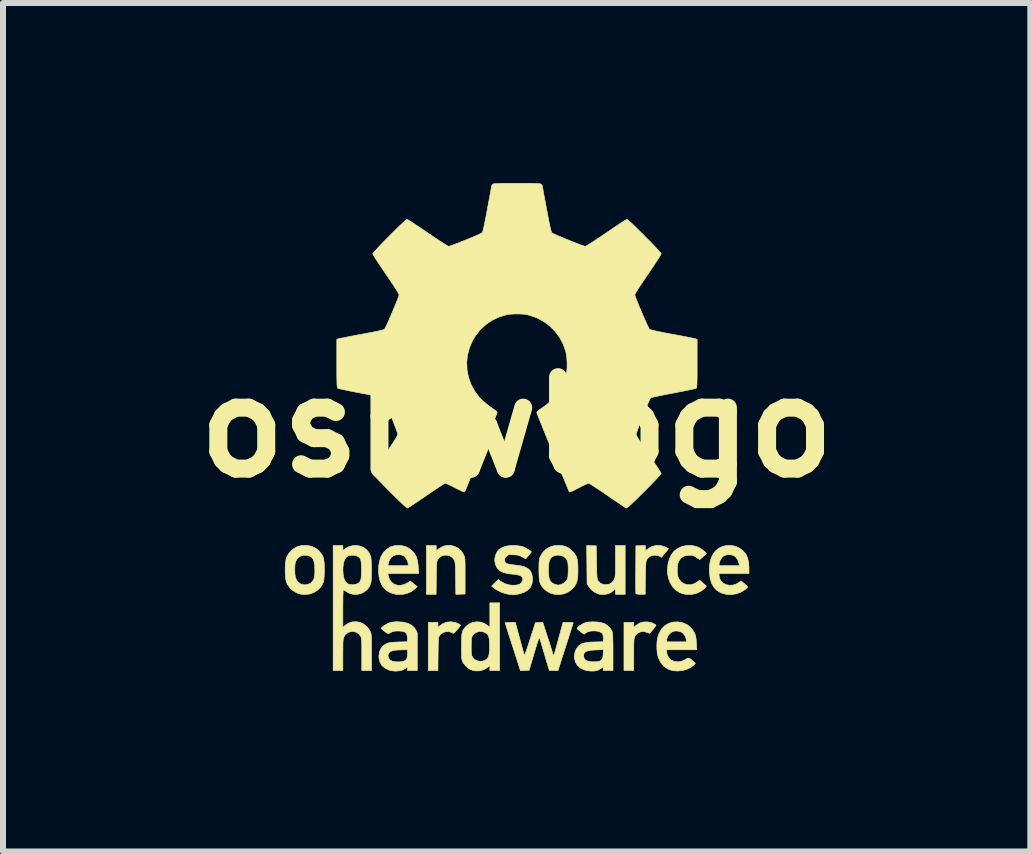
<source format=kicad_pcb>
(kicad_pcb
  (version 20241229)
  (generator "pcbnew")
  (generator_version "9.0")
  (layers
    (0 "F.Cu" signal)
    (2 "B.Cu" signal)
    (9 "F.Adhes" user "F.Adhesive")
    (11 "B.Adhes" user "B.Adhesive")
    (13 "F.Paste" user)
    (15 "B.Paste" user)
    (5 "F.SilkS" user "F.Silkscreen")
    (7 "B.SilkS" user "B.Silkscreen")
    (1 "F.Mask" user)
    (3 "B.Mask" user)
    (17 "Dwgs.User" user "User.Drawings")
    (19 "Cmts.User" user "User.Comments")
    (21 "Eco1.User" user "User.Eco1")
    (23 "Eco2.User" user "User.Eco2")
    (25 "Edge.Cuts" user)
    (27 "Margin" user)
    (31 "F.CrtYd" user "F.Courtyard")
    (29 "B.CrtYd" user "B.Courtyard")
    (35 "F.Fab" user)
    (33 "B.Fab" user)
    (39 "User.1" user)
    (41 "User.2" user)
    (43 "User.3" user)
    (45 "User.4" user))
  (footprint "oshwlogo"
    (layer "F.Cu")
    (at 5.559 4.069)
    (property "Reference" "oshwlogo" (at 0 0 0) (layer "F.SilkS") (effects (font (size 1.524 1.524) (thickness 0.3))))
    (attr through_hole)
    (fp_poly (pts (xy 2.249 3.257) (xy 2.314 3.289) (xy 2.316 3.291) (xy 2.32 3.298) (xy 2.316 3.312) (xy 2.3 3.334) (xy 2.275 3.365) (xy 2.25 3.395) (xy 2.23 3.418) (xy 2.219 3.432) (xy 2.218 3.433) (xy 2.208 3.432) (xy 2.186 3.424) (xy 2.179 3.421) (xy 2.126 3.405) (xy 2.073 3.407) (xy 2.025 3.425) (xy 1.986 3.458) (xy 1.969 3.485) (xy 1.963 3.498) (xy 1.959 3.514) (xy 1.956 3.536) (xy 1.953 3.567) (xy 1.952 3.608) (xy 1.951 3.663) (xy 1.951 3.735) (xy 1.951 3.787) (xy 1.951 4.054) (xy 1.788 4.054) (xy 1.788 3.251) (xy 1.951 3.251) (xy 1.951 3.334) (xy 1.992 3.299) (xy 2.048 3.263) (xy 2.113 3.245) (xy 2.181 3.243) (xy 2.249 3.257)) (stroke (width 0.01) (type solid)) (fill yes) (layer "F.SilkS"))
    (fp_poly (pts (xy -1.028 3.251) (xy -0.988 3.266) (xy -0.959 3.281) (xy -0.94 3.292) (xy -0.935 3.298) (xy -0.941 3.31) (xy -0.957 3.332) (xy -0.979 3.36) (xy -1.004 3.388) (xy -1.026 3.413) (xy -1.044 3.429) (xy -1.051 3.434) (xy -1.067 3.429) (xy -1.087 3.419) (xy -1.131 3.405) (xy -1.18 3.406) (xy -1.227 3.422) (xy -1.267 3.45) (xy -1.281 3.466) (xy -1.288 3.477) (xy -1.294 3.487) (xy -1.298 3.501) (xy -1.302 3.52) (xy -1.304 3.547) (xy -1.306 3.584) (xy -1.307 3.635) (xy -1.308 3.7) (xy -1.309 3.777) (xy -1.312 4.054) (xy -1.473 4.054) (xy -1.473 3.251) (xy -1.311 3.251) (xy -1.311 3.336) (xy -1.283 3.31) (xy -1.228 3.271) (xy -1.165 3.248) (xy -1.097 3.241) (xy -1.028 3.251)) (stroke (width 0.01) (type solid)) (fill yes) (layer "F.SilkS"))
    (fp_poly (pts (xy 1.247 1.973) (xy 1.326 1.976) (xy 1.331 2.25) (xy 1.333 2.334) (xy 1.334 2.399) (xy 1.336 2.449) (xy 1.338 2.486) (xy 1.341 2.513) (xy 1.345 2.532) (xy 1.35 2.546) (xy 1.355 2.556) (xy 1.39 2.595) (xy 1.437 2.618) (xy 1.483 2.624) (xy 1.539 2.617) (xy 1.584 2.591) (xy 1.618 2.549) (xy 1.623 2.54) (xy 1.63 2.526) (xy 1.635 2.511) (xy 1.639 2.493) (xy 1.642 2.47) (xy 1.644 2.439) (xy 1.645 2.397) (xy 1.646 2.341) (xy 1.646 2.268) (xy 1.646 2.233) (xy 1.646 1.971) (xy 1.808 1.971) (xy 1.808 2.784) (xy 1.646 2.784) (xy 1.646 2.743) (xy 1.644 2.714) (xy 1.636 2.704) (xy 1.621 2.712) (xy 1.609 2.724) (xy 1.572 2.754) (xy 1.521 2.775) (xy 1.463 2.786) (xy 1.404 2.786) (xy 1.368 2.78) (xy 1.301 2.751) (xy 1.243 2.706) (xy 1.204 2.657) (xy 1.173 2.608) (xy 1.17 2.289) (xy 1.167 1.97) (xy 1.247 1.973)) (stroke (width 0.01) (type solid)) (fill yes) (layer "F.SilkS"))
    (fp_poly (pts (xy 2.395 1.971) (xy 2.465 1.99) (xy 2.487 2) (xy 2.531 2.023) (xy 2.501 2.06) (xy 2.474 2.093) (xy 2.446 2.126) (xy 2.441 2.133) (xy 2.411 2.168) (xy 2.383 2.15) (xy 2.345 2.135) (xy 2.299 2.132) (xy 2.253 2.138) (xy 2.223 2.151) (xy 2.195 2.173) (xy 2.171 2.202) (xy 2.17 2.205) (xy 2.163 2.217) (xy 2.158 2.231) (xy 2.155 2.248) (xy 2.152 2.273) (xy 2.15 2.307) (xy 2.148 2.354) (xy 2.147 2.414) (xy 2.146 2.492) (xy 2.145 2.512) (xy 2.142 2.784) (xy 2.066 2.784) (xy 2.02 2.782) (xy 1.994 2.777) (xy 1.986 2.771) (xy 1.985 2.758) (xy 1.984 2.728) (xy 1.983 2.681) (xy 1.983 2.621) (xy 1.983 2.55) (xy 1.983 2.47) (xy 1.984 2.384) (xy 1.984 2.367) (xy 1.986 1.976) (xy 2.065 1.973) (xy 2.144 1.97) (xy 2.144 2.011) (xy 2.145 2.037) (xy 2.148 2.051) (xy 2.149 2.052) (xy 2.159 2.047) (xy 2.18 2.032) (xy 2.199 2.018) (xy 2.258 1.985) (xy 2.325 1.969) (xy 2.395 1.971)) (stroke (width 0.01) (type solid)) (fill yes) (layer "F.SilkS"))
    (fp_poly (pts (xy -1.096 1.969) (xy -1.032 1.986) (xy -0.974 2.017) (xy -0.923 2.062) (xy -0.886 2.12) (xy -0.883 2.126) (xy -0.876 2.142) (xy -0.871 2.157) (xy -0.866 2.174) (xy -0.863 2.196) (xy -0.861 2.225) (xy -0.86 2.264) (xy -0.859 2.314) (xy -0.859 2.38) (xy -0.859 2.463) (xy -0.859 2.479) (xy -0.859 2.779) (xy -0.936 2.782) (xy -1.014 2.785) (xy -1.018 2.518) (xy -1.019 2.435) (xy -1.02 2.37) (xy -1.022 2.321) (xy -1.024 2.284) (xy -1.027 2.257) (xy -1.031 2.237) (xy -1.036 2.221) (xy -1.04 2.212) (xy -1.07 2.172) (xy -1.111 2.145) (xy -1.159 2.132) (xy -1.208 2.133) (xy -1.255 2.148) (xy -1.295 2.178) (xy -1.315 2.205) (xy -1.322 2.217) (xy -1.327 2.231) (xy -1.33 2.248) (xy -1.333 2.273) (xy -1.335 2.307) (xy -1.337 2.353) (xy -1.338 2.414) (xy -1.339 2.492) (xy -1.339 2.512) (xy -1.342 2.784) (xy -1.504 2.784) (xy -1.504 1.971) (xy -1.341 1.971) (xy -1.341 2.012) (xy -1.34 2.037) (xy -1.337 2.051) (xy -1.336 2.052) (xy -1.326 2.047) (xy -1.305 2.032) (xy -1.286 2.018) (xy -1.227 1.984) (xy -1.162 1.969) (xy -1.096 1.969)) (stroke (width 0.01) (type solid)) (fill yes) (layer "F.SilkS"))
    (fp_poly (pts (xy -1.917 1.972) (xy -1.844 1.991) (xy -1.783 2.024) (xy -1.732 2.069) (xy -1.696 2.113) (xy -1.67 2.164) (xy -1.652 2.226) (xy -1.641 2.302) (xy -1.639 2.332) (xy -1.633 2.438) (xy -2.146 2.438) (xy -2.139 2.477) (xy -2.119 2.536) (xy -2.086 2.582) (xy -2.041 2.615) (xy -1.988 2.632) (xy -1.93 2.634) (xy -1.868 2.618) (xy -1.811 2.589) (xy -1.772 2.563) (xy -1.655 2.657) (xy -1.702 2.699) (xy -1.763 2.743) (xy -1.836 2.772) (xy -1.916 2.787) (xy -1.999 2.786) (xy -2.017 2.783) (xy -2.098 2.76) (xy -2.166 2.722) (xy -2.222 2.668) (xy -2.248 2.628) (xy -2.276 2.563) (xy -2.294 2.486) (xy -2.302 2.402) (xy -2.299 2.316) (xy -2.298 2.306) (xy -2.145 2.306) (xy -1.808 2.306) (xy -1.808 2.275) (xy -1.817 2.234) (xy -1.838 2.191) (xy -1.867 2.156) (xy -1.883 2.143) (xy -1.925 2.127) (xy -1.975 2.123) (xy -2.025 2.13) (xy -2.063 2.146) (xy -2.104 2.186) (xy -2.131 2.239) (xy -2.138 2.268) (xy -2.145 2.306) (xy -2.298 2.306) (xy -2.286 2.234) (xy -2.263 2.161) (xy -2.26 2.154) (xy -2.218 2.084) (xy -2.163 2.03) (xy -2.098 1.992) (xy -2.025 1.971) (xy -1.944 1.969) (xy -1.917 1.972)) (stroke (width 0.01) (type solid)) (fill yes) (layer "F.SilkS"))
    (fp_poly (pts (xy 3.636 1.981) (xy 3.702 2.009) (xy 3.762 2.05) (xy 3.812 2.107) (xy 3.822 2.121) (xy 3.848 2.18) (xy 3.865 2.255) (xy 3.871 2.344) (xy 3.871 2.349) (xy 3.871 2.438) (xy 3.373 2.438) (xy 3.373 2.469) (xy 3.382 2.522) (xy 3.407 2.566) (xy 3.444 2.6) (xy 3.491 2.623) (xy 3.544 2.633) (xy 3.6 2.631) (xy 3.657 2.613) (xy 3.696 2.591) (xy 3.74 2.56) (xy 3.795 2.608) (xy 3.822 2.632) (xy 3.842 2.652) (xy 3.851 2.662) (xy 3.851 2.662) (xy 3.843 2.672) (xy 3.824 2.689) (xy 3.804 2.706) (xy 3.732 2.75) (xy 3.65 2.778) (xy 3.564 2.788) (xy 3.487 2.783) (xy 3.408 2.761) (xy 3.342 2.723) (xy 3.289 2.67) (xy 3.249 2.602) (xy 3.224 2.519) (xy 3.212 2.422) (xy 3.211 2.383) (xy 3.214 2.301) (xy 3.218 2.279) (xy 3.373 2.279) (xy 3.373 2.306) (xy 3.711 2.306) (xy 3.704 2.268) (xy 3.684 2.209) (xy 3.649 2.163) (xy 3.628 2.146) (xy 3.585 2.128) (xy 3.535 2.123) (xy 3.485 2.129) (xy 3.449 2.144) (xy 3.419 2.171) (xy 3.394 2.21) (xy 3.377 2.252) (xy 3.373 2.279) (xy 3.218 2.279) (xy 3.225 2.233) (xy 3.244 2.172) (xy 3.267 2.124) (xy 3.311 2.064) (xy 3.365 2.018) (xy 3.428 1.987) (xy 3.496 1.971) (xy 3.566 1.969) (xy 3.636 1.981)) (stroke (width 0.01) (type solid)) (fill yes) (layer "F.SilkS"))
    (fp_poly (pts (xy 2.986 1.984) (xy 3.03 2.001) (xy 3.06 2.018) (xy 3.092 2.04) (xy 3.123 2.063) (xy 3.146 2.084) (xy 3.159 2.1) (xy 3.16 2.103) (xy 3.153 2.114) (xy 3.134 2.133) (xy 3.107 2.157) (xy 3.105 2.158) (xy 3.051 2.205) (xy 2.997 2.169) (xy 2.961 2.149) (xy 2.928 2.135) (xy 2.912 2.133) (xy 2.843 2.135) (xy 2.789 2.147) (xy 2.748 2.171) (xy 2.715 2.208) (xy 2.703 2.23) (xy 2.69 2.257) (xy 2.683 2.283) (xy 2.679 2.315) (xy 2.677 2.358) (xy 2.677 2.377) (xy 2.678 2.426) (xy 2.681 2.461) (xy 2.687 2.488) (xy 2.698 2.514) (xy 2.703 2.525) (xy 2.738 2.573) (xy 2.784 2.606) (xy 2.838 2.623) (xy 2.896 2.624) (xy 2.956 2.608) (xy 3.005 2.581) (xy 3.05 2.549) (xy 3.105 2.596) (xy 3.132 2.62) (xy 3.152 2.64) (xy 3.16 2.65) (xy 3.16 2.651) (xy 3.152 2.663) (xy 3.133 2.682) (xy 3.107 2.705) (xy 3.078 2.727) (xy 3.073 2.73) (xy 3.002 2.765) (xy 2.922 2.785) (xy 2.839 2.787) (xy 2.806 2.783) (xy 2.727 2.76) (xy 2.659 2.72) (xy 2.602 2.664) (xy 2.559 2.595) (xy 2.528 2.511) (xy 2.517 2.453) (xy 2.512 2.364) (xy 2.522 2.276) (xy 2.544 2.195) (xy 2.579 2.123) (xy 2.619 2.069) (xy 2.679 2.021) (xy 2.75 1.988) (xy 2.827 1.97) (xy 2.907 1.969) (xy 2.986 1.984)) (stroke (width 0.01) (type solid)) (fill yes) (layer "F.SilkS"))
    (fp_poly (pts (xy 2.766 3.257) (xy 2.838 3.288) (xy 2.898 3.335) (xy 2.946 3.398) (xy 2.964 3.431) (xy 2.977 3.463) (xy 2.985 3.496) (xy 2.991 3.537) (xy 2.994 3.591) (xy 2.995 3.598) (xy 3 3.708) (xy 2.499 3.708) (xy 2.499 3.741) (xy 2.507 3.783) (xy 2.527 3.827) (xy 2.555 3.864) (xy 2.575 3.881) (xy 2.63 3.903) (xy 2.691 3.909) (xy 2.754 3.897) (xy 2.814 3.869) (xy 2.82 3.865) (xy 2.842 3.851) (xy 2.86 3.846) (xy 2.879 3.851) (xy 2.903 3.867) (xy 2.936 3.895) (xy 2.941 3.9) (xy 2.979 3.933) (xy 2.956 3.958) (xy 2.903 4) (xy 2.838 4.033) (xy 2.763 4.054) (xy 2.685 4.062) (xy 2.609 4.057) (xy 2.588 4.053) (xy 2.515 4.026) (xy 2.453 3.982) (xy 2.402 3.923) (xy 2.365 3.849) (xy 2.348 3.796) (xy 2.341 3.752) (xy 2.337 3.695) (xy 2.336 3.632) (xy 2.339 3.573) (xy 2.342 3.549) (xy 2.499 3.549) (xy 2.499 3.576) (xy 2.836 3.576) (xy 2.829 3.543) (xy 2.809 3.482) (xy 2.778 3.438) (xy 2.736 3.409) (xy 2.68 3.396) (xy 2.676 3.396) (xy 2.636 3.395) (xy 2.604 3.403) (xy 2.582 3.414) (xy 2.545 3.445) (xy 2.516 3.486) (xy 2.501 3.531) (xy 2.499 3.549) (xy 2.342 3.549) (xy 2.345 3.523) (xy 2.348 3.509) (xy 2.377 3.425) (xy 2.419 3.356) (xy 2.473 3.303) (xy 2.537 3.266) (xy 2.612 3.246) (xy 2.683 3.243) (xy 2.766 3.257)) (stroke (width 0.01) (type solid)) (fill yes) (layer "F.SilkS"))
    (fp_poly (pts (xy -3.488 1.969) (xy -3.414 1.986) (xy -3.346 2.019) (xy -3.288 2.066) (xy -3.242 2.127) (xy -3.224 2.164) (xy -3.215 2.198) (xy -3.209 2.247) (xy -3.205 2.306) (xy -3.204 2.371) (xy -3.205 2.436) (xy -3.208 2.497) (xy -3.214 2.549) (xy -3.222 2.586) (xy -3.224 2.591) (xy -3.262 2.658) (xy -3.314 2.713) (xy -3.378 2.754) (xy -3.451 2.779) (xy -3.531 2.788) (xy -3.589 2.783) (xy -3.661 2.762) (xy -3.726 2.724) (xy -3.781 2.673) (xy -3.823 2.612) (xy -3.837 2.578) (xy -3.847 2.536) (xy -3.854 2.48) (xy -3.857 2.415) (xy -3.857 2.346) (xy -3.857 2.343) (xy -3.697 2.343) (xy -3.697 2.4) (xy -3.694 2.455) (xy -3.687 2.498) (xy -3.667 2.55) (xy -3.633 2.589) (xy -3.589 2.615) (xy -3.537 2.626) (xy -3.483 2.62) (xy -3.439 2.602) (xy -3.416 2.583) (xy -3.393 2.553) (xy -3.386 2.54) (xy -3.376 2.517) (xy -3.369 2.494) (xy -3.365 2.465) (xy -3.363 2.425) (xy -3.363 2.378) (xy -3.366 2.301) (xy -3.376 2.241) (xy -3.393 2.196) (xy -3.419 2.165) (xy -3.455 2.144) (xy -3.493 2.134) (xy -3.552 2.133) (xy -3.605 2.149) (xy -3.648 2.181) (xy -3.679 2.228) (xy -3.687 2.253) (xy -3.694 2.292) (xy -3.697 2.343) (xy -3.857 2.343) (xy -3.854 2.28) (xy -3.847 2.222) (xy -3.838 2.178) (xy -3.836 2.174) (xy -3.808 2.119) (xy -3.766 2.066) (xy -3.714 2.022) (xy -3.659 1.99) (xy -3.647 1.986) (xy -3.567 1.968) (xy -3.488 1.969)) (stroke (width 0.01) (type solid)) (fill yes) (layer "F.SilkS"))
    (fp_poly (pts (xy -0.284 4.054) (xy -0.447 4.054) (xy -0.447 3.972) (xy -0.486 4.003) (xy -0.548 4.04) (xy -0.617 4.059) (xy -0.69 4.06) (xy -0.742 4.048) (xy -0.797 4.022) (xy -0.847 3.981) (xy -0.886 3.931) (xy -0.896 3.914) (xy -0.904 3.897) (xy -0.91 3.88) (xy -0.914 3.861) (xy -0.917 3.835) (xy -0.918 3.8) (xy -0.919 3.753) (xy -0.919 3.691) (xy -0.919 3.653) (xy -0.757 3.653) (xy -0.757 3.711) (xy -0.755 3.753) (xy -0.753 3.783) (xy -0.748 3.805) (xy -0.741 3.822) (xy -0.736 3.83) (xy -0.703 3.868) (xy -0.658 3.892) (xy -0.605 3.901) (xy -0.605 3.901) (xy -0.567 3.897) (xy -0.532 3.885) (xy -0.529 3.884) (xy -0.501 3.865) (xy -0.48 3.842) (xy -0.466 3.809) (xy -0.457 3.765) (xy -0.453 3.706) (xy -0.452 3.647) (xy -0.453 3.579) (xy -0.457 3.528) (xy -0.465 3.491) (xy -0.478 3.463) (xy -0.496 3.441) (xy -0.521 3.424) (xy -0.568 3.405) (xy -0.619 3.403) (xy -0.668 3.416) (xy -0.71 3.442) (xy -0.739 3.477) (xy -0.746 3.494) (xy -0.751 3.516) (xy -0.755 3.546) (xy -0.756 3.588) (xy -0.757 3.647) (xy -0.757 3.653) (xy -0.919 3.653) (xy -0.919 3.574) (xy -0.918 3.513) (xy -0.915 3.466) (xy -0.91 3.43) (xy -0.902 3.401) (xy -0.89 3.377) (xy -0.874 3.354) (xy -0.854 3.329) (xy -0.852 3.328) (xy -0.8 3.282) (xy -0.739 3.254) (xy -0.673 3.242) (xy -0.605 3.246) (xy -0.539 3.268) (xy -0.48 3.306) (xy -0.447 3.334) (xy -0.447 2.926) (xy -0.284 2.926) (xy -0.284 4.054)) (stroke (width 0.01) (type solid)) (fill yes) (layer "F.SilkS"))
    (fp_poly (pts (xy 0.758 1.972) (xy 0.82 1.989) (xy 0.876 2.019) (xy 0.926 2.063) (xy 0.96 2.099) (xy 0.984 2.135) (xy 1.002 2.175) (xy 1.013 2.222) (xy 1.019 2.281) (xy 1.021 2.355) (xy 1.021 2.377) (xy 1.02 2.456) (xy 1.015 2.518) (xy 1.005 2.568) (xy 0.989 2.61) (xy 0.967 2.646) (xy 0.936 2.682) (xy 0.926 2.692) (xy 0.863 2.743) (xy 0.792 2.775) (xy 0.714 2.788) (xy 0.634 2.784) (xy 0.563 2.765) (xy 0.501 2.731) (xy 0.459 2.695) (xy 0.43 2.663) (xy 0.408 2.633) (xy 0.392 2.601) (xy 0.381 2.563) (xy 0.375 2.516) (xy 0.372 2.455) (xy 0.371 2.383) (xy 0.371 2.377) (xy 0.529 2.377) (xy 0.531 2.453) (xy 0.54 2.511) (xy 0.556 2.555) (xy 0.582 2.587) (xy 0.619 2.61) (xy 0.668 2.626) (xy 0.691 2.63) (xy 0.703 2.629) (xy 0.727 2.623) (xy 0.737 2.62) (xy 0.788 2.596) (xy 0.829 2.556) (xy 0.842 2.535) (xy 0.849 2.516) (xy 0.854 2.49) (xy 0.857 2.453) (xy 0.858 2.401) (xy 0.859 2.377) (xy 0.858 2.315) (xy 0.854 2.268) (xy 0.847 2.233) (xy 0.835 2.206) (xy 0.816 2.182) (xy 0.801 2.167) (xy 0.767 2.146) (xy 0.722 2.134) (xy 0.676 2.131) (xy 0.655 2.134) (xy 0.611 2.148) (xy 0.577 2.171) (xy 0.554 2.205) (xy 0.538 2.252) (xy 0.531 2.314) (xy 0.529 2.377) (xy 0.371 2.377) (xy 0.371 2.316) (xy 0.372 2.265) (xy 0.375 2.228) (xy 0.379 2.2) (xy 0.384 2.178) (xy 0.39 2.164) (xy 0.428 2.095) (xy 0.481 2.039) (xy 0.546 1.999) (xy 0.62 1.974) (xy 0.683 1.968) (xy 0.758 1.972)) (stroke (width 0.01) (type solid)) (fill yes) (layer "F.SilkS"))
    (fp_poly (pts (xy -1.894 3.247) (xy -1.816 3.266) (xy -1.753 3.297) (xy -1.705 3.34) (xy -1.681 3.378) (xy -1.656 3.428) (xy -1.656 4.054) (xy -1.819 4.054) (xy -1.819 3.991) (xy -1.849 4.017) (xy -1.895 4.043) (xy -1.953 4.059) (xy -2.018 4.064) (xy -2.085 4.057) (xy -2.131 4.045) (xy -2.196 4.013) (xy -2.246 3.969) (xy -2.278 3.913) (xy -2.294 3.846) (xy -2.296 3.815) (xy -2.295 3.81) (xy -2.144 3.81) (xy -2.134 3.849) (xy -2.108 3.88) (xy -2.067 3.9) (xy -2.061 3.902) (xy -2.015 3.908) (xy -1.964 3.91) (xy -1.915 3.906) (xy -1.88 3.898) (xy -1.85 3.882) (xy -1.831 3.856) (xy -1.821 3.816) (xy -1.819 3.772) (xy -1.819 3.708) (xy -1.908 3.709) (xy -1.987 3.712) (xy -2.048 3.719) (xy -2.093 3.733) (xy -2.123 3.752) (xy -2.139 3.778) (xy -2.144 3.81) (xy -2.295 3.81) (xy -2.287 3.745) (xy -2.261 3.685) (xy -2.219 3.637) (xy -2.161 3.602) (xy -2.159 3.601) (xy -2.134 3.593) (xy -2.1 3.587) (xy -2.052 3.582) (xy -1.988 3.579) (xy -1.968 3.578) (xy -1.818 3.574) (xy -1.821 3.508) (xy -1.826 3.463) (xy -1.838 3.433) (xy -1.86 3.413) (xy -1.896 3.401) (xy -1.949 3.396) (xy -1.96 3.395) (xy -2.02 3.396) (xy -2.069 3.406) (xy -2.111 3.426) (xy -2.124 3.435) (xy -2.136 3.44) (xy -2.152 3.435) (xy -2.176 3.42) (xy -2.198 3.404) (xy -2.226 3.381) (xy -2.247 3.363) (xy -2.255 3.353) (xy -2.256 3.353) (xy -2.247 3.338) (xy -2.225 3.318) (xy -2.194 3.296) (xy -2.159 3.276) (xy -2.129 3.262) (xy -2.08 3.248) (xy -2.023 3.242) (xy -1.988 3.241) (xy -1.894 3.247)) (stroke (width 0.01) (type solid)) (fill yes) (layer "F.SilkS"))
    (fp_poly (pts (xy 0.06 1.98) (xy 0.101 1.99) (xy 0.127 2.001) (xy 0.159 2.017) (xy 0.192 2.036) (xy 0.22 2.054) (xy 0.239 2.069) (xy 0.244 2.075) (xy 0.238 2.087) (xy 0.221 2.109) (xy 0.198 2.137) (xy 0.197 2.138) (xy 0.151 2.192) (xy 0.093 2.161) (xy 0.06 2.144) (xy 0.029 2.134) (xy -0.007 2.128) (xy -0.053 2.125) (xy -0.096 2.123) (xy -0.123 2.124) (xy -0.142 2.128) (xy -0.156 2.137) (xy -0.172 2.151) (xy -0.173 2.153) (xy -0.194 2.179) (xy -0.202 2.203) (xy -0.201 2.216) (xy -0.195 2.241) (xy -0.182 2.26) (xy -0.158 2.274) (xy -0.121 2.284) (xy -0.067 2.292) (xy -0.025 2.296) (xy 0.063 2.308) (xy 0.133 2.326) (xy 0.186 2.353) (xy 0.225 2.389) (xy 0.249 2.436) (xy 0.262 2.495) (xy 0.264 2.542) (xy 0.255 2.609) (xy 0.229 2.667) (xy 0.185 2.714) (xy 0.125 2.75) (xy 0.048 2.776) (xy 0.01 2.783) (xy -0.025 2.788) (xy -0.053 2.792) (xy -0.066 2.792) (xy -0.082 2.79) (xy -0.109 2.787) (xy -0.112 2.787) (xy -0.188 2.772) (xy -0.266 2.745) (xy -0.338 2.708) (xy -0.384 2.675) (xy -0.417 2.647) (xy -0.362 2.592) (xy -0.306 2.537) (xy -0.269 2.565) (xy -0.201 2.604) (xy -0.124 2.627) (xy -0.062 2.633) (xy 0.004 2.629) (xy 0.053 2.614) (xy 0.085 2.588) (xy 0.099 2.553) (xy 0.1 2.528) (xy 0.094 2.503) (xy 0.079 2.484) (xy 0.054 2.47) (xy 0.014 2.459) (xy -0.041 2.451) (xy -0.071 2.448) (xy -0.153 2.438) (xy -0.217 2.421) (xy -0.268 2.398) (xy -0.307 2.366) (xy -0.328 2.34) (xy -0.354 2.287) (xy -0.365 2.226) (xy -0.361 2.164) (xy -0.346 2.118) (xy -0.325 2.075) (xy -0.301 2.045) (xy -0.27 2.021) (xy -0.242 2.006) (xy -0.178 1.982) (xy -0.102 1.97) (xy -0.02 1.969) (xy 0.06 1.98)) (stroke (width 0.01) (type solid)) (fill yes) (layer "F.SilkS"))
    (fp_poly (pts (xy 1.337 3.245) (xy 1.402 3.254) (xy 1.456 3.269) (xy 1.461 3.271) (xy 1.515 3.304) (xy 1.559 3.348) (xy 1.588 3.398) (xy 1.593 3.412) (xy 1.598 3.438) (xy 1.601 3.483) (xy 1.603 3.548) (xy 1.605 3.633) (xy 1.605 3.737) (xy 1.605 3.753) (xy 1.605 4.054) (xy 1.443 4.054) (xy 1.443 3.992) (xy 1.41 4.016) (xy 1.378 4.036) (xy 1.345 4.051) (xy 1.342 4.052) (xy 1.296 4.061) (xy 1.24 4.063) (xy 1.181 4.057) (xy 1.131 4.045) (xy 1.064 4.013) (xy 1.013 3.97) (xy 0.98 3.915) (xy 0.963 3.85) (xy 0.962 3.819) (xy 1.115 3.819) (xy 1.126 3.855) (xy 1.151 3.882) (xy 1.165 3.889) (xy 1.196 3.9) (xy 1.224 3.906) (xy 1.256 3.908) (xy 1.299 3.908) (xy 1.309 3.907) (xy 1.35 3.905) (xy 1.376 3.9) (xy 1.395 3.891) (xy 1.41 3.878) (xy 1.425 3.86) (xy 1.434 3.84) (xy 1.439 3.81) (xy 1.441 3.778) (xy 1.445 3.705) (xy 1.319 3.711) (xy 1.251 3.715) (xy 1.201 3.722) (xy 1.165 3.732) (xy 1.141 3.746) (xy 1.125 3.766) (xy 1.119 3.78) (xy 1.115 3.819) (xy 0.962 3.819) (xy 0.962 3.816) (xy 0.971 3.747) (xy 0.998 3.687) (xy 1.033 3.645) (xy 1.06 3.623) (xy 1.089 3.606) (xy 1.123 3.595) (xy 1.167 3.587) (xy 1.225 3.581) (xy 1.293 3.578) (xy 1.443 3.574) (xy 1.443 3.519) (xy 1.441 3.483) (xy 1.436 3.454) (xy 1.432 3.443) (xy 1.409 3.42) (xy 1.372 3.404) (xy 1.326 3.395) (xy 1.276 3.393) (xy 1.226 3.398) (xy 1.181 3.41) (xy 1.148 3.429) (xy 1.139 3.437) (xy 1.131 3.445) (xy 1.12 3.444) (xy 1.103 3.435) (xy 1.075 3.415) (xy 1.066 3.408) (xy 1.037 3.384) (xy 1.016 3.365) (xy 1.006 3.354) (xy 1.006 3.353) (xy 1.014 3.338) (xy 1.036 3.317) (xy 1.067 3.295) (xy 1.102 3.275) (xy 1.136 3.259) (xy 1.147 3.255) (xy 1.203 3.245) (xy 1.268 3.242) (xy 1.337 3.245)) (stroke (width 0.01) (type solid)) (fill yes) (layer "F.SilkS"))
    (fp_poly (pts (xy 0.516 3.502) (xy 0.539 3.572) (xy 0.559 3.636) (xy 0.577 3.692) (xy 0.592 3.738) (xy 0.601 3.77) (xy 0.605 3.783) (xy 0.609 3.796) (xy 0.612 3.802) (xy 0.617 3.8) (xy 0.623 3.788) (xy 0.631 3.764) (xy 0.643 3.727) (xy 0.657 3.674) (xy 0.676 3.604) (xy 0.685 3.571) (xy 0.703 3.505) (xy 0.721 3.441) (xy 0.736 3.385) (xy 0.748 3.34) (xy 0.757 3.31) (xy 0.758 3.305) (xy 0.774 3.251) (xy 0.86 3.251) (xy 0.903 3.252) (xy 0.928 3.254) (xy 0.94 3.258) (xy 0.942 3.265) (xy 0.941 3.266) (xy 0.937 3.278) (xy 0.928 3.307) (xy 0.914 3.349) (xy 0.897 3.404) (xy 0.876 3.468) (xy 0.854 3.539) (xy 0.83 3.613) (xy 0.805 3.69) (xy 0.781 3.765) (xy 0.758 3.837) (xy 0.737 3.903) (xy 0.719 3.96) (xy 0.704 4.007) (xy 0.7 4.021) (xy 0.689 4.054) (xy 0.544 4.054) (xy 0.463 3.782) (xy 0.442 3.711) (xy 0.423 3.646) (xy 0.406 3.59) (xy 0.392 3.546) (xy 0.382 3.515) (xy 0.378 3.501) (xy 0.378 3.501) (xy 0.374 3.508) (xy 0.365 3.532) (xy 0.351 3.571) (xy 0.335 3.622) (xy 0.316 3.684) (xy 0.295 3.753) (xy 0.29 3.77) (xy 0.207 4.049) (xy 0.135 4.052) (xy 0.062 4.055) (xy -0.015 3.813) (xy -0.04 3.735) (xy -0.067 3.653) (xy -0.093 3.572) (xy -0.117 3.497) (xy -0.137 3.435) (xy -0.143 3.416) (xy -0.16 3.363) (xy -0.174 3.317) (xy -0.185 3.282) (xy -0.192 3.26) (xy -0.193 3.256) (xy -0.184 3.254) (xy -0.159 3.252) (xy -0.123 3.251) (xy -0.108 3.251) (xy -0.023 3.251) (xy 0.039 3.477) (xy 0.057 3.545) (xy 0.075 3.609) (xy 0.09 3.666) (xy 0.103 3.712) (xy 0.111 3.743) (xy 0.113 3.752) (xy 0.122 3.779) (xy 0.129 3.797) (xy 0.132 3.8) (xy 0.136 3.791) (xy 0.146 3.764) (xy 0.16 3.724) (xy 0.178 3.671) (xy 0.199 3.609) (xy 0.221 3.539) (xy 0.225 3.528) (xy 0.312 3.256) (xy 0.374 3.253) (xy 0.435 3.25) (xy 0.516 3.502)) (stroke (width 0.01) (type solid)) (fill yes) (layer "F.SilkS"))
    (fp_poly (pts (xy -2.614 1.978) (xy -2.551 2.003) (xy -2.498 2.043) (xy -2.457 2.095) (xy -2.431 2.156) (xy -2.429 2.164) (xy -2.425 2.198) (xy -2.421 2.247) (xy -2.419 2.307) (xy -2.418 2.372) (xy -2.419 2.437) (xy -2.421 2.498) (xy -2.424 2.549) (xy -2.428 2.586) (xy -2.429 2.591) (xy -2.452 2.653) (xy -2.49 2.704) (xy -2.539 2.744) (xy -2.597 2.772) (xy -2.66 2.786) (xy -2.725 2.784) (xy -2.789 2.767) (xy -2.84 2.738) (xy -2.863 2.722) (xy -2.881 2.71) (xy -2.883 2.709) (xy -2.887 2.711) (xy -2.89 2.722) (xy -2.892 2.744) (xy -2.893 2.779) (xy -2.895 2.829) (xy -2.895 2.894) (xy -2.896 2.978) (xy -2.896 3.018) (xy -2.896 3.334) (xy -2.855 3.299) (xy -2.798 3.263) (xy -2.735 3.243) (xy -2.669 3.241) (xy -2.605 3.254) (xy -2.545 3.282) (xy -2.493 3.325) (xy -2.451 3.382) (xy -2.442 3.399) (xy -2.435 3.414) (xy -2.43 3.428) (xy -2.426 3.445) (xy -2.423 3.466) (xy -2.421 3.494) (xy -2.419 3.532) (xy -2.419 3.581) (xy -2.418 3.646) (xy -2.418 3.727) (xy -2.418 3.752) (xy -2.418 4.054) (xy -2.581 4.054) (xy -2.581 3.787) (xy -2.581 3.705) (xy -2.581 3.64) (xy -2.582 3.591) (xy -2.584 3.554) (xy -2.587 3.527) (xy -2.59 3.507) (xy -2.595 3.493) (xy -2.598 3.485) (xy -2.629 3.444) (xy -2.67 3.416) (xy -2.717 3.404) (xy -2.766 3.406) (xy -2.812 3.422) (xy -2.851 3.453) (xy -2.873 3.485) (xy -2.88 3.5) (xy -2.885 3.514) (xy -2.889 3.532) (xy -2.892 3.555) (xy -2.894 3.586) (xy -2.895 3.628) (xy -2.895 3.684) (xy -2.896 3.756) (xy -2.896 3.792) (xy -2.896 4.054) (xy -3.058 4.054) (xy -3.058 2.377) (xy -2.896 2.377) (xy -2.89 2.462) (xy -2.875 2.529) (xy -2.849 2.578) (xy -2.813 2.61) (xy -2.784 2.621) (xy -2.728 2.625) (xy -2.672 2.614) (xy -2.649 2.605) (xy -2.627 2.59) (xy -2.61 2.571) (xy -2.598 2.544) (xy -2.591 2.506) (xy -2.587 2.454) (xy -2.586 2.386) (xy -2.586 2.377) (xy -2.587 2.307) (xy -2.59 2.254) (xy -2.597 2.215) (xy -2.608 2.187) (xy -2.624 2.167) (xy -2.647 2.151) (xy -2.653 2.148) (xy -2.689 2.137) (xy -2.735 2.133) (xy -2.781 2.136) (xy -2.805 2.142) (xy -2.842 2.167) (xy -2.869 2.21) (xy -2.887 2.27) (xy -2.895 2.348) (xy -2.896 2.377) (xy -3.058 2.377) (xy -3.058 1.971) (xy -2.896 1.971) (xy -2.896 2.053) (xy -2.862 2.028) (xy -2.8 1.991) (xy -2.732 1.972) (xy -2.684 1.969) (xy -2.614 1.978)) (stroke (width 0.01) (type solid)) (fill yes) (layer "F.SilkS"))
    (fp_poly (pts (xy 0.106 -4.064) (xy 0.188 -4.064) (xy 0.254 -4.063) (xy 0.305 -4.062) (xy 0.344 -4.061) (xy 0.371 -4.059) (xy 0.39 -4.056) (xy 0.402 -4.053) (xy 0.41 -4.049) (xy 0.411 -4.048) (xy 0.424 -4.033) (xy 0.427 -4.025) (xy 0.429 -4.014) (xy 0.434 -3.985) (xy 0.442 -3.941) (xy 0.452 -3.883) (xy 0.465 -3.814) (xy 0.48 -3.736) (xy 0.495 -3.652) (xy 0.498 -3.638) (xy 0.518 -3.532) (xy 0.535 -3.445) (xy 0.549 -3.375) (xy 0.561 -3.321) (xy 0.571 -3.282) (xy 0.579 -3.256) (xy 0.585 -3.242) (xy 0.587 -3.24) (xy 0.602 -3.231) (xy 0.632 -3.217) (xy 0.676 -3.197) (xy 0.729 -3.174) (xy 0.789 -3.149) (xy 0.852 -3.123) (xy 0.917 -3.097) (xy 0.978 -3.073) (xy 1.034 -3.051) (xy 1.082 -3.033) (xy 1.118 -3.021) (xy 1.139 -3.015) (xy 1.142 -3.015) (xy 1.157 -3.021) (xy 1.188 -3.038) (xy 1.233 -3.066) (xy 1.292 -3.104) (xy 1.364 -3.152) (xy 1.448 -3.209) (xy 1.488 -3.236) (xy 1.561 -3.285) (xy 1.629 -3.331) (xy 1.69 -3.372) (xy 1.742 -3.407) (xy 1.785 -3.435) (xy 1.814 -3.453) (xy 1.83 -3.462) (xy 1.831 -3.462) (xy 1.839 -3.461) (xy 1.852 -3.453) (xy 1.872 -3.437) (xy 1.9 -3.413) (xy 1.937 -3.379) (xy 1.984 -3.333) (xy 2.042 -3.276) (xy 2.113 -3.205) (xy 2.129 -3.189) (xy 2.208 -3.11) (xy 2.274 -3.042) (xy 2.327 -2.986) (xy 2.368 -2.942) (xy 2.394 -2.911) (xy 2.407 -2.893) (xy 2.408 -2.89) (xy 2.402 -2.877) (xy 2.386 -2.85) (xy 2.361 -2.81) (xy 2.328 -2.759) (xy 2.289 -2.699) (xy 2.244 -2.632) (xy 2.196 -2.561) (xy 2.188 -2.55) (xy 2.123 -2.455) (xy 2.07 -2.376) (xy 2.028 -2.312) (xy 1.998 -2.263) (xy 1.979 -2.229) (xy 1.97 -2.209) (xy 1.969 -2.205) (xy 1.974 -2.188) (xy 1.985 -2.156) (xy 2.002 -2.111) (xy 2.024 -2.057) (xy 2.049 -1.996) (xy 2.076 -1.932) (xy 2.104 -1.867) (xy 2.131 -1.805) (xy 2.156 -1.748) (xy 2.179 -1.699) (xy 2.197 -1.662) (xy 2.209 -1.639) (xy 2.213 -1.634) (xy 2.225 -1.628) (xy 2.251 -1.619) (xy 2.292 -1.609) (xy 2.349 -1.597) (xy 2.423 -1.582) (xy 2.515 -1.564) (xy 2.596 -1.549) (xy 2.68 -1.534) (xy 2.759 -1.519) (xy 2.83 -1.505) (xy 2.89 -1.493) (xy 2.938 -1.484) (xy 2.97 -1.477) (xy 2.985 -1.473) (xy 3.007 -1.463) (xy 3.007 -1.063) (xy 3.007 -0.96) (xy 3.007 -0.876) (xy 3.006 -0.808) (xy 3.005 -0.755) (xy 3.004 -0.715) (xy 3.002 -0.687) (xy 2.999 -0.667) (xy 2.996 -0.656) (xy 2.993 -0.651) (xy 2.98 -0.646) (xy 2.949 -0.638) (xy 2.903 -0.628) (xy 2.844 -0.615) (xy 2.774 -0.601) (xy 2.696 -0.586) (xy 2.612 -0.57) (xy 2.611 -0.57) (xy 2.513 -0.551) (xy 2.427 -0.534) (xy 2.355 -0.519) (xy 2.298 -0.507) (xy 2.257 -0.496) (xy 2.235 -0.489) (xy 2.23 -0.487) (xy 2.222 -0.473) (xy 2.208 -0.443) (xy 2.189 -0.399) (xy 2.167 -0.345) (xy 2.142 -0.284) (xy 2.115 -0.219) (xy 2.089 -0.151) (xy 2.063 -0.086) (xy 2.04 -0.024) (xy 2.02 0.03) (xy 2.004 0.074) (xy 1.995 0.105) (xy 1.991 0.12) (xy 1.996 0.134) (xy 2.009 0.161) (xy 2.033 0.2) (xy 2.066 0.253) (xy 2.111 0.32) (xy 2.166 0.402) (xy 2.2 0.451) (xy 2.247 0.521) (xy 2.291 0.587) (xy 2.33 0.645) (xy 2.363 0.695) (xy 2.387 0.734) (xy 2.403 0.76) (xy 2.408 0.771) (xy 2.401 0.782) (xy 2.381 0.805) (xy 2.35 0.839) (xy 2.309 0.883) (xy 2.259 0.934) (xy 2.203 0.992) (xy 2.142 1.053) (xy 2.125 1.07) (xy 2.052 1.143) (xy 1.991 1.203) (xy 1.942 1.25) (xy 1.904 1.287) (xy 1.874 1.313) (xy 1.853 1.331) (xy 1.837 1.341) (xy 1.827 1.345) (xy 1.823 1.345) (xy 1.81 1.337) (xy 1.783 1.32) (xy 1.743 1.293) (xy 1.693 1.26) (xy 1.634 1.22) (xy 1.569 1.176) (xy 1.519 1.141) (xy 1.451 1.094) (xy 1.387 1.051) (xy 1.329 1.013) (xy 1.281 0.981) (xy 1.243 0.957) (xy 1.218 0.942) (xy 1.209 0.938) (xy 1.195 0.938) (xy 1.173 0.943) (xy 1.142 0.956) (xy 1.099 0.976) (xy 1.045 1.004) (xy 0.986 1.035) (xy 0.943 1.056) (xy 0.912 1.069) (xy 0.892 1.075) (xy 0.879 1.074) (xy 0.872 1.067) (xy 0.871 1.064) (xy 0.866 1.053) (xy 0.854 1.024) (xy 0.836 0.98) (xy 0.812 0.922) (xy 0.783 0.851) (xy 0.749 0.77) (xy 0.711 0.678) (xy 0.67 0.579) (xy 0.626 0.474) (xy 0.6 0.412) (xy 0.556 0.304) (xy 0.513 0.201) (xy 0.474 0.105) (xy 0.438 0.017) (xy 0.407 -0.061) (xy 0.38 -0.127) (xy 0.359 -0.18) (xy 0.344 -0.219) (xy 0.337 -0.241) (xy 0.335 -0.246) (xy 0.344 -0.262) (xy 0.365 -0.282) (xy 0.378 -0.291) (xy 0.5 -0.376) (xy 0.602 -0.468) (xy 0.686 -0.568) (xy 0.752 -0.675) (xy 0.8 -0.792) (xy 0.832 -0.918) (xy 0.834 -0.929) (xy 0.84 -0.99) (xy 0.841 -1.062) (xy 0.837 -1.138) (xy 0.829 -1.209) (xy 0.817 -1.265) (xy 0.774 -1.387) (xy 0.714 -1.499) (xy 0.638 -1.6) (xy 0.549 -1.689) (xy 0.447 -1.764) (xy 0.336 -1.823) (xy 0.215 -1.865) (xy 0.174 -1.875) (xy 0.112 -1.884) (xy 0.039 -1.888) (xy -0.038 -1.888) (xy -0.111 -1.883) (xy -0.164 -1.875) (xy -0.289 -1.839) (xy -0.405 -1.784) (xy -0.511 -1.713) (xy -0.605 -1.627) (xy -0.685 -1.526) (xy -0.735 -1.443) (xy -0.786 -1.325) (xy -0.819 -1.202) (xy -0.832 -1.078) (xy -0.826 -0.954) (xy -0.802 -0.832) (xy -0.76 -0.714) (xy -0.7 -0.602) (xy -0.622 -0.498) (xy -0.62 -0.497) (xy -0.579 -0.454) (xy -0.525 -0.407) (xy -0.465 -0.358) (xy -0.403 -0.314) (xy -0.368 -0.291) (xy -0.342 -0.271) (xy -0.327 -0.252) (xy -0.325 -0.246) (xy -0.329 -0.233) (xy -0.34 -0.204) (xy -0.357 -0.159) (xy -0.381 -0.1) (xy -0.41 -0.028) (xy -0.443 0.054) (xy -0.48 0.146) (xy -0.521 0.245) (xy -0.565 0.35) (xy -0.59 0.412) (xy -0.635 0.52) (xy -0.678 0.623) (xy -0.717 0.719) (xy -0.754 0.806) (xy -0.786 0.883) (xy -0.813 0.949) (xy -0.834 1.001) (xy -0.85 1.039) (xy -0.859 1.06) (xy -0.861 1.064) (xy -0.866 1.072) (xy -0.877 1.075) (xy -0.894 1.072) (xy -0.921 1.061) (xy -0.96 1.042) (xy -1.014 1.015) (xy -1.035 1.004) (xy -1.092 0.975) (xy -1.134 0.954) (xy -1.165 0.942) (xy -1.185 0.937) (xy -1.199 0.938) (xy -1.213 0.945) (xy -1.242 0.963) (xy -1.283 0.989) (xy -1.334 1.023) (xy -1.394 1.063) (xy -1.459 1.107) (xy -1.509 1.141) (xy -1.577 1.188) (xy -1.64 1.231) (xy -1.697 1.269) (xy -1.745 1.301) (xy -1.781 1.325) (xy -1.805 1.34) (xy -1.813 1.345) (xy -1.82 1.344) (xy -1.832 1.338) (xy -1.849 1.325) (xy -1.874 1.305) (xy -1.906 1.275) (xy -1.948 1.235) (xy -2.001 1.183) (xy -2.066 1.119) (xy -2.115 1.07) (xy -2.177 1.007) (xy -2.235 0.949) (xy -2.286 0.896) (xy -2.33 0.85) (xy -2.364 0.813) (xy -2.387 0.787) (xy -2.397 0.773) (xy -2.398 0.771) (xy -2.392 0.76) (xy -2.376 0.733) (xy -2.351 0.694) (xy -2.319 0.644) (xy -2.28 0.585) (xy -2.236 0.519) (xy -2.189 0.451) (xy -2.128 0.361) (xy -2.078 0.286) (xy -2.039 0.226) (xy -2.01 0.18) (xy -1.992 0.147) (xy -1.982 0.126) (xy -1.981 0.12) (xy -1.985 0.103) (xy -1.995 0.071) (xy -2.011 0.026) (xy -2.032 -0.029) (xy -2.055 -0.09) (xy -2.081 -0.156) (xy -2.107 -0.224) (xy -2.133 -0.289) (xy -2.158 -0.35) (xy -2.18 -0.403) (xy -2.199 -0.445) (xy -2.213 -0.474) (xy -2.22 -0.487) (xy -2.234 -0.493) (xy -2.266 -0.501) (xy -2.316 -0.513) (xy -2.381 -0.527) (xy -2.461 -0.543) (xy -2.554 -0.561) (xy -2.601 -0.57) (xy -2.685 -0.586) (xy -2.763 -0.601) (xy -2.833 -0.615) (xy -2.892 -0.628) (xy -2.938 -0.638) (xy -2.969 -0.646) (xy -2.982 -0.651) (xy -2.983 -0.651) (xy -2.986 -0.657) (xy -2.989 -0.668) (xy -2.992 -0.688) (xy -2.994 -0.717) (xy -2.995 -0.757) (xy -2.996 -0.811) (xy -2.997 -0.879) (xy -2.997 -0.965) (xy -2.997 -1.063) (xy -2.997 -1.463) (xy -2.974 -1.473) (xy -2.959 -1.477) (xy -2.927 -1.484) (xy -2.879 -1.493) (xy -2.818 -1.505) (xy -2.747 -1.519) (xy -2.668 -1.534) (xy -2.586 -1.549) (xy -2.479 -1.569) (xy -2.392 -1.586) (xy -2.322 -1.6) (xy -2.27 -1.612) (xy -2.233 -1.622) (xy -2.21 -1.629) (xy -2.203 -1.634) (xy -2.194 -1.648) (xy -2.179 -1.678) (xy -2.158 -1.721) (xy -2.134 -1.774) (xy -2.108 -1.834) (xy -2.08 -1.898) (xy -2.053 -1.963) (xy -2.026 -2.026) (xy -2.003 -2.084) (xy -1.983 -2.134) (xy -1.969 -2.173) (xy -1.96 -2.198) (xy -1.959 -2.205) (xy -1.964 -2.22) (xy -1.98 -2.249) (xy -2.006 -2.292) (xy -2.043 -2.351) (xy -2.092 -2.424) (xy -2.153 -2.514) (xy -2.178 -2.55) (xy -2.227 -2.622) (xy -2.273 -2.69) (xy -2.313 -2.751) (xy -2.347 -2.803) (xy -2.373 -2.845) (xy -2.39 -2.874) (xy -2.398 -2.889) (xy -2.398 -2.89) (xy -2.391 -2.902) (xy -2.371 -2.926) (xy -2.34 -2.96) (xy -2.301 -3.002) (xy -2.255 -3.051) (xy -2.203 -3.104) (xy -2.148 -3.16) (xy -2.093 -3.216) (xy -2.037 -3.271) (xy -1.985 -3.322) (xy -1.937 -3.369) (xy -1.895 -3.408) (xy -1.861 -3.439) (xy -1.838 -3.458) (xy -1.827 -3.465) (xy -1.816 -3.459) (xy -1.789 -3.443) (xy -1.75 -3.418) (xy -1.699 -3.385) (xy -1.64 -3.346) (xy -1.573 -3.301) (xy -1.501 -3.252) (xy -1.484 -3.24) (xy -1.394 -3.179) (xy -1.316 -3.127) (xy -1.25 -3.084) (xy -1.198 -3.051) (xy -1.16 -3.028) (xy -1.137 -3.016) (xy -1.131 -3.015) (xy -1.115 -3.019) (xy -1.083 -3.029) (xy -1.038 -3.046) (xy -0.984 -3.066) (xy -0.924 -3.09) (xy -0.86 -3.116) (xy -0.796 -3.142) (xy -0.735 -3.167) (xy -0.679 -3.191) (xy -0.633 -3.212) (xy -0.598 -3.228) (xy -0.579 -3.239) (xy -0.576 -3.24) (xy -0.57 -3.25) (xy -0.563 -3.271) (xy -0.554 -3.304) (xy -0.544 -3.35) (xy -0.531 -3.412) (xy -0.516 -3.489) (xy -0.497 -3.585) (xy -0.488 -3.638) (xy -0.472 -3.723) (xy -0.457 -3.802) (xy -0.444 -3.873) (xy -0.433 -3.932) (xy -0.425 -3.979) (xy -0.419 -4.011) (xy -0.417 -4.025) (xy -0.417 -4.025) (xy -0.41 -4.037) (xy -0.401 -4.048) (xy -0.394 -4.052) (xy -0.384 -4.056) (xy -0.367 -4.058) (xy -0.341 -4.06) (xy -0.306 -4.062) (xy -0.258 -4.063) (xy -0.196 -4.064) (xy -0.118 -4.064) (xy -0.022 -4.064) (xy 0.005 -4.064) (xy 0.106 -4.064)) (stroke (width 0.01) (type solid)) (fill yes) (layer "F.SilkS")))
  (gr_rect
    (start -3 -3)
    (end 14.118 11.138)
    (stroke (width 0.1) (type default))
    (fill no)
    (layer "Edge.Cuts")))
</source>
